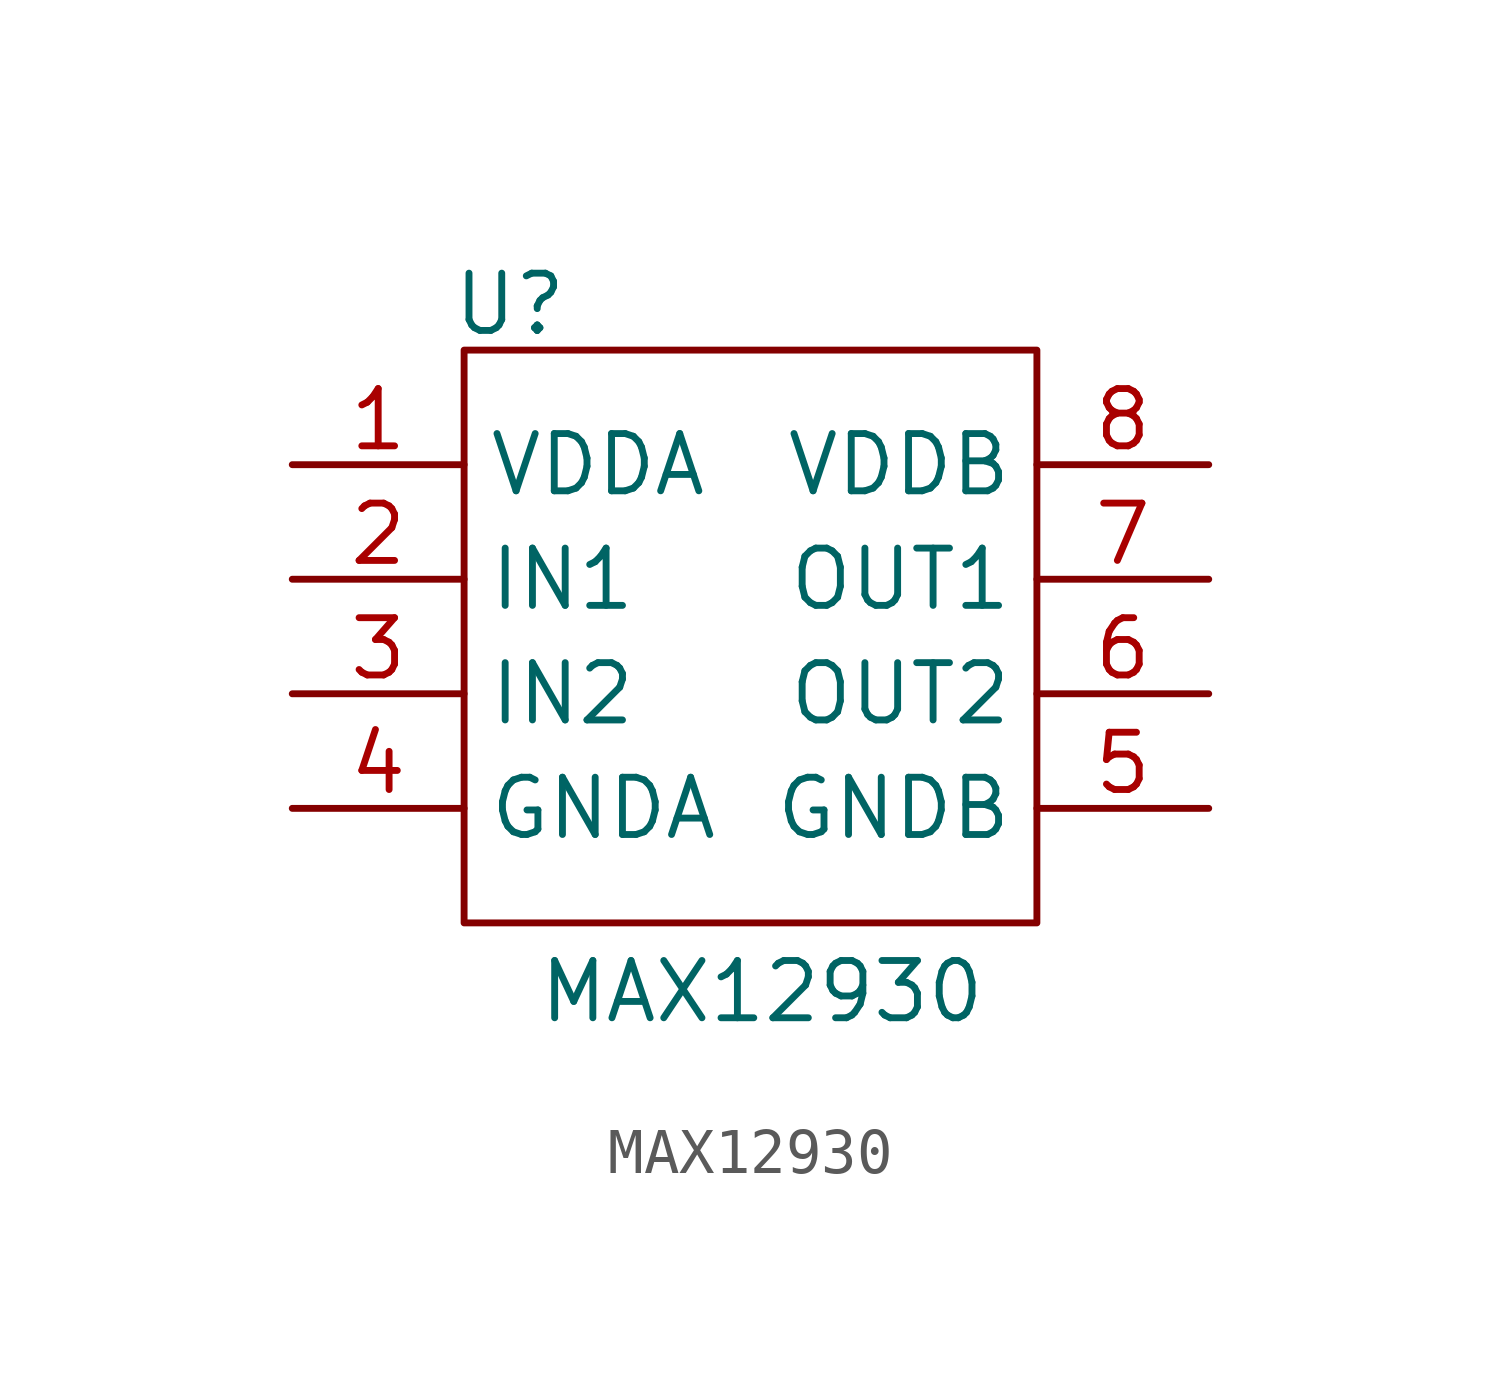
<source format=kicad_sym>
(kicad_symbol_lib
  (version 20211014)
  (generator kicad_symbol_editor)
  (symbol "MAX12930"
    (property "Reference" "U"
      (at 1.016 13.716 0)
      (effects (font (size 1.27 1.27))))
    (property "Value" "MAX12930"
      (at 6.604 -1.524 0)
      (effects (font (size 1.27 1.27))))
    (symbol "MAX12930_0_1"
      (rectangle (start 0 0) (end 12.7 12.7) (stroke (width 0) (type default) (color 0 0 0 0)) (fill (type none))))
    (symbol "MAX12930_1_0"
      (pin bidirectional line (at -3.81 10.16 0) (length 3.81) (name "VDDA" (effects (font (size 1.27 1.27)))) (number "1" (effects (font (size 1.27 1.27)))))
      (pin bidirectional line (at -3.81 7.62 0) (length 3.81) (name "IN1" (effects (font (size 1.27 1.27)))) (number "2" (effects (font (size 1.27 1.27)))))
      (pin bidirectional line (at -3.81 5.08 0) (length 3.81) (name "IN2" (effects (font (size 1.27 1.27)))) (number "3" (effects (font (size 1.27 1.27)))))
      (pin bidirectional line (at -3.81 2.54 0) (length 3.81) (name "GNDA" (effects (font (size 1.27 1.27)))) (number "4" (effects (font (size 1.27 1.27)))))
      (pin bidirectional line (at 16.51 2.54 180) (length 3.81) (name "GNDB" (effects (font (size 1.27 1.27)))) (number "5" (effects (font (size 1.27 1.27)))))
      (pin bidirectional line (at 16.51 5.08 180) (length 3.81) (name "OUT2" (effects (font (size 1.27 1.27)))) (number "6" (effects (font (size 1.27 1.27)))))
      (pin bidirectional line (at 16.51 7.62 180) (length 3.81) (name "OUT1" (effects (font (size 1.27 1.27)))) (number "7" (effects (font (size 1.27 1.27)))))
      (pin bidirectional line (at 16.51 10.16 180) (length 3.81) (name "VDDB" (effects (font (size 1.27 1.27)))) (number "8" (effects (font (size 1.27 1.27))))))))
</source>
